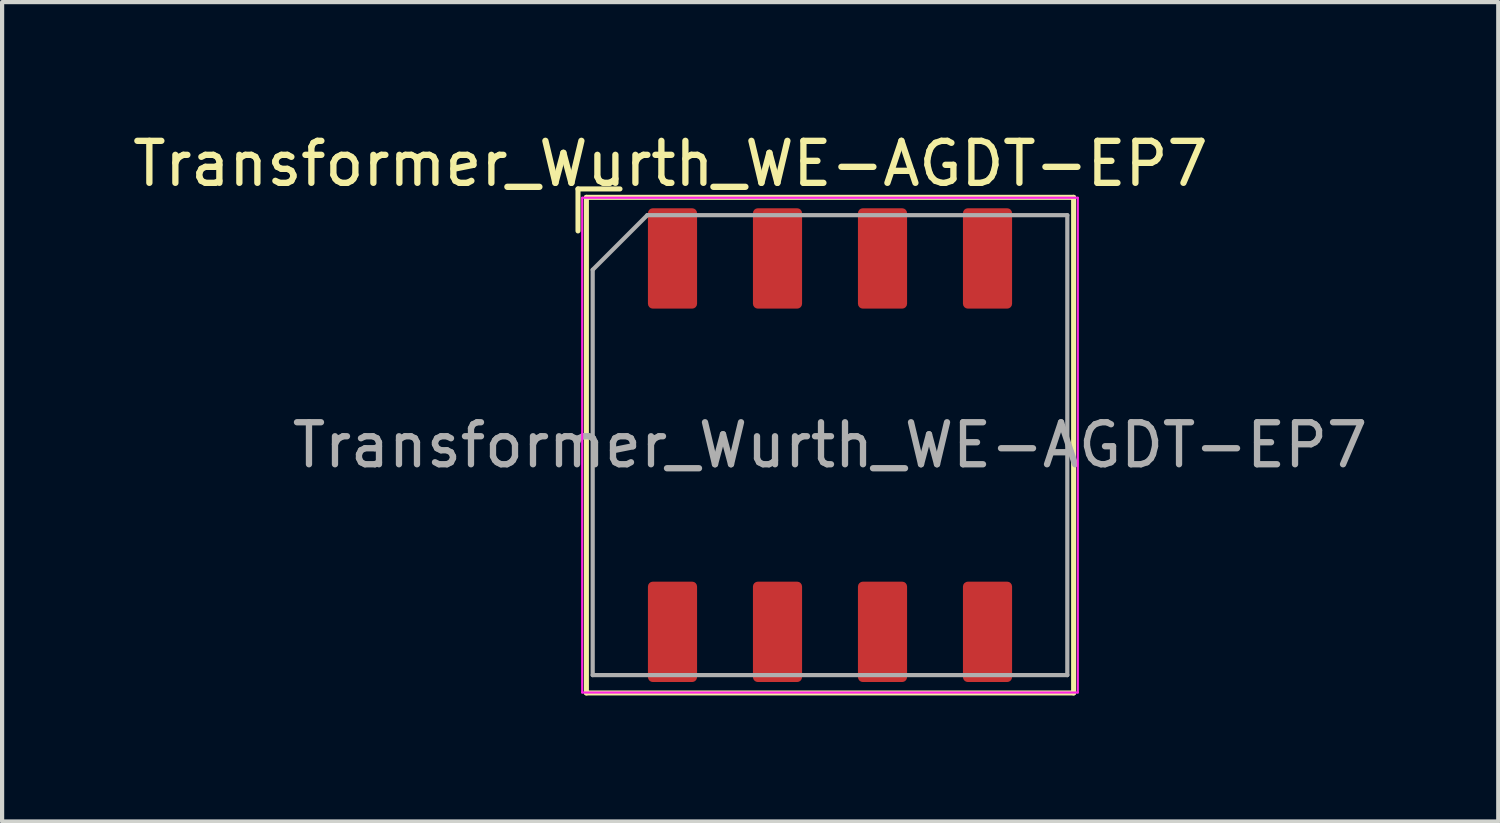
<source format=kicad_pcb>
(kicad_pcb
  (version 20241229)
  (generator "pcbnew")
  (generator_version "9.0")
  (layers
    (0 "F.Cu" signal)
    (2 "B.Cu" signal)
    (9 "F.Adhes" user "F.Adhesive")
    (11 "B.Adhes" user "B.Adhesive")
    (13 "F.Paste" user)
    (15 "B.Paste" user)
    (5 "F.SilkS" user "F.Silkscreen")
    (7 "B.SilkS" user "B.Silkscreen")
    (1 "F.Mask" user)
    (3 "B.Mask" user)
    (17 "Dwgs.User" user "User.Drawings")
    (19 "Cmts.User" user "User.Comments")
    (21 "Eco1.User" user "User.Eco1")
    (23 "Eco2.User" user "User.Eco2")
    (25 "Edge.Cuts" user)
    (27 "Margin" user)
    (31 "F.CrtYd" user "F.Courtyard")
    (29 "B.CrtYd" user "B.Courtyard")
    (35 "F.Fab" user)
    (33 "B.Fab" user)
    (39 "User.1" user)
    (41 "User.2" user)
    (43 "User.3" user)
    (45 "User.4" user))
  (footprint "Transformer_Wurth_WE-AGDT-EP7"
    (layer "F.Cu")
    (at 16.711 7.548)
    (property "Reference" "Transformer_Wurth_WE-AGDT-EP7" (at -3.8 -6.7 0) (unlocked yes) (layer "F.SilkS") (effects (font (size 1 1) (thickness 0.15))))
    (attr smd)
    (fp_line (start -6 -6.1) (end -5 -6.1) (stroke (width 0.12) (type default)) (layer "F.SilkS"))
    (fp_line (start -6 -5.1) (end -6 -6.1) (stroke (width 0.12) (type default)) (layer "F.SilkS"))
    (fp_line (start -5.8 -5.9) (end -5.8 5.9) (stroke (width 0.12) (type default)) (layer "F.SilkS"))
    (fp_line (start -5.8 -5.9) (end 5.8 -5.9) (stroke (width 0.12) (type default)) (layer "F.SilkS"))
    (fp_line (start -5.8 5.9) (end 5.8 5.9) (stroke (width 0.12) (type default)) (layer "F.SilkS"))
    (fp_line (start 5.8 5.9) (end 5.8 -5.9) (stroke (width 0.12) (type default)) (layer "F.SilkS"))
    (fp_line (start -5.9 5.89) (end -5.9 -5.89) (stroke (width 0.05) (type default)) (layer "F.CrtYd"))
    (fp_line (start 5.9 -5.89) (end -5.9 -5.89) (stroke (width 0.05) (type default)) (layer "F.CrtYd"))
    (fp_line (start 5.9 5.89) (end -5.9 5.89) (stroke (width 0.05) (type default)) (layer "F.CrtYd"))
    (fp_line (start 5.9 5.89) (end 5.9 -5.89) (stroke (width 0.05) (type default)) (layer "F.CrtYd"))
    (fp_line (start -5.65 5.475) (end -5.65 -4.175) (stroke (width 0.1) (type default)) (layer "F.Fab"))
    (fp_line (start -5.65 5.475) (end 5.65 5.475) (stroke (width 0.1) (type default)) (layer "F.Fab"))
    (fp_line (start -4.35 -5.475) (end -5.65 -4.175) (stroke (width 0.1) (type default)) (layer "F.Fab"))
    (fp_line (start -4.35 -5.475) (end 5.65 -5.475) (stroke (width 0.1) (type default)) (layer "F.Fab"))
    (fp_line (start 5.65 -5.475) (end 5.65 5.475) (stroke (width 0.1) (type default)) (layer "F.Fab"))
    (fp_text user "${REFERENCE}" (at 0 0 0) (unlocked yes) (layer "F.Fab") (effects (font (size 1 1) (thickness 0.15))))
    (pad "1" smd roundrect (at -3.75 -4.445) (size 1.17 2.39) (layers "F.Cu" "F.Mask" "F.Paste") (roundrect_rratio 0.1))
    (pad "2" smd roundrect (at -1.25 -4.445) (size 1.17 2.39) (layers "F.Cu" "F.Mask" "F.Paste") (roundrect_rratio 0.1))
    (pad "3" smd roundrect (at 1.25 -4.445) (size 1.17 2.39) (layers "F.Cu" "F.Mask" "F.Paste") (roundrect_rratio 0.1))
    (pad "4" smd roundrect (at 3.75 -4.445) (size 1.17 2.39) (layers "F.Cu" "F.Mask" "F.Paste") (roundrect_rratio 0.1))
    (pad "5" smd roundrect (at 3.75 4.445) (size 1.17 2.39) (layers "F.Cu" "F.Mask" "F.Paste") (roundrect_rratio 0.1))
    (pad "6" smd roundrect (at 1.25 4.445) (size 1.17 2.39) (layers "F.Cu" "F.Mask" "F.Paste") (roundrect_rratio 0.1))
    (pad "7" smd roundrect (at -1.25 4.445) (size 1.17 2.39) (layers "F.Cu" "F.Mask" "F.Paste") (roundrect_rratio 0.1))
    (pad "8" smd roundrect (at -3.75 4.445) (size 1.17 2.39) (layers "F.Cu" "F.Mask" "F.Paste") (roundrect_rratio 0.1)))
  (gr_rect
    (start -3 -3)
    (end 32.621 16.508)
    (stroke (width 0.1) (type default))
    (fill no)
    (layer "Edge.Cuts")))
</source>
